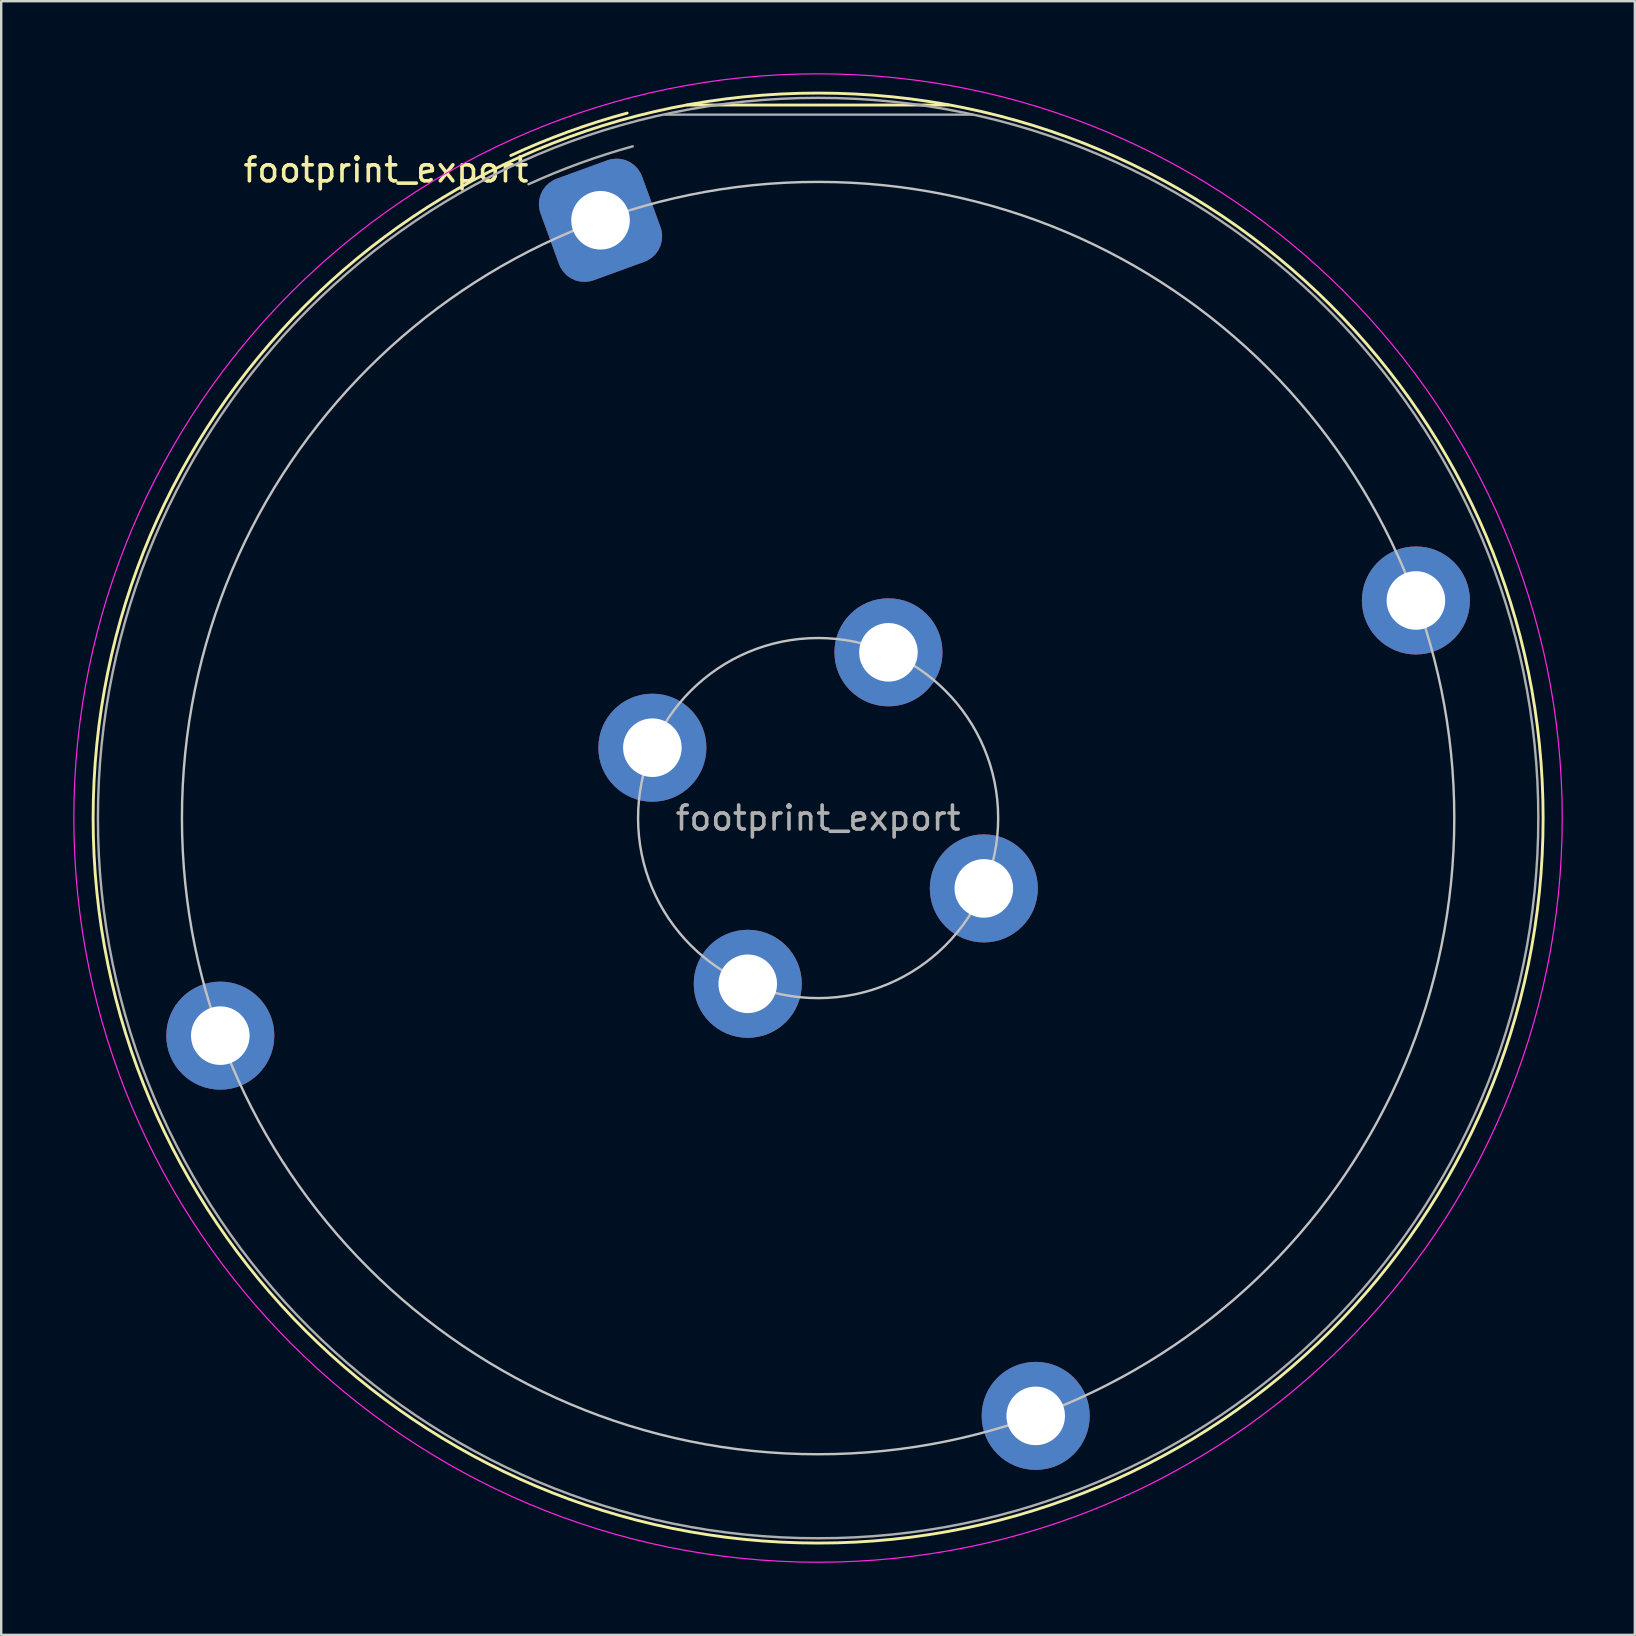
<source format=kicad_pcb>
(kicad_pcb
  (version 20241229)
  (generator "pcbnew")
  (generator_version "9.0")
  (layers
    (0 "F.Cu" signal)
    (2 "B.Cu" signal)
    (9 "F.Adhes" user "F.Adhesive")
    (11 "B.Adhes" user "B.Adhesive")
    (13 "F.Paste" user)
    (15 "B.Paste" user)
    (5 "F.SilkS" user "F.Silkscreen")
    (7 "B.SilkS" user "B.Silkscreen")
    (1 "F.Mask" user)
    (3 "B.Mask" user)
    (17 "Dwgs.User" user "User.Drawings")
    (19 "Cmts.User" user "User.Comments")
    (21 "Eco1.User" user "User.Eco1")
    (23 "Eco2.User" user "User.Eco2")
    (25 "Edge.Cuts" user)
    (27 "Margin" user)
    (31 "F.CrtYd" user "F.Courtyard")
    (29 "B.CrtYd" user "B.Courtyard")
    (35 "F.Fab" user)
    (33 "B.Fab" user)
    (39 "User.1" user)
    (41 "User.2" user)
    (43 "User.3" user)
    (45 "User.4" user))
  (footprint "footprint_export"
    (layer "F.Cu")
    (at 21.965 6.125)
    (property "Reference" "footprint_export" (at -8.936 -2.098 0) (layer "F.SilkS") (effects (font (size 1 1) (thickness 0.15))))
    (attr through_hole)
    (fp_line (start 3.6 -4.8) (end 14.5 -4.8) (stroke (width 0.12) (type default)) (layer "F.SilkS"))
    (fp_arc (start -3.736466 -2.698145) (mid -1.350566 -3.68392) (end 1.110315 -4.463878) (stroke (width 0.12) (type default)) (layer "F.SilkS"))
    (fp_circle (center 9.064 24.902) (end 39.264 24.902) (stroke (width 0.12) (type default)) (fill no) (layer "F.SilkS"))
    (fp_circle (center 9.064 24.902) (end 16.564 24.902) (stroke (width 0.1) (type default)) (fill no) (layer "Dwgs.User"))
    (fp_circle (center 9.064 24.902) (end 35.564 24.902) (stroke (width 0.1) (type default)) (fill no) (layer "Dwgs.User"))
    (fp_circle (center 9.06 24.9) (end 40.06 24.9) (stroke (width 0.05) (type default)) (fill no) (layer "F.CrtYd"))
    (fp_line (start 15.5 -4.4) (end 2.7 -4.4) (stroke (width 0.1) (type default)) (layer "F.Fab"))
    (fp_arc (start -3 -1.499999) (mid -0.861384 -2.376025) (end 1.340145 -3.079139) (stroke (width 0.1) (type default)) (layer "F.Fab"))
    (fp_circle (center 9.064 24.902) (end 39.064 24.902) (stroke (width 0.1) (type default)) (fill no) (layer "F.Fab"))
    (fp_text user "${REFERENCE}" (at 9.064 24.902 0) (layer "F.Fab") (effects (font (size 1 1) (thickness 0.15))))
    (pad "1" thru_hole roundrect (at 0 0 20) (size 4.5 4.5) (drill 2.44) (layers "*.Cu" "*.Mask") (roundrect_rratio 0.25))
    (pad "2" thru_hole circle (at -15.838 33.965 20) (size 4.5 4.5) (drill 2.44) (layers "*.Cu" "*.Mask"))
    (pad "3" thru_hole circle (at 18.127 49.804 20) (size 4.5 4.5) (drill 2.44) (layers "*.Cu" "*.Mask"))
    (pad "4" thru_hole circle (at 33.965 15.838 20) (size 4.5 4.5) (drill 2.44) (layers "*.Cu" "*.Mask"))
    (pad "5" thru_hole circle (at 2.16 21.971 357) (size 4.5 4.5) (drill 2.44) (layers "*.Cu" "*.Mask"))
    (pad "6" thru_hole circle (at 6.133 31.806 357) (size 4.5 4.5) (drill 2.44) (layers "*.Cu" "*.Mask"))
    (pad "7" thru_hole circle (at 15.967 27.832 357) (size 4.5 4.5) (drill 2.44) (layers "*.Cu" "*.Mask"))
    (pad "8" thru_hole circle (at 11.994 17.998 357) (size 4.5 4.5) (drill 2.44) (layers "*.Cu" "*.Mask")))
  (gr_rect
    (start -3 -3)
    (end 65.05 65.05)
    (stroke (width 0.1) (type default))
    (fill no)
    (layer "Edge.Cuts")))
</source>
